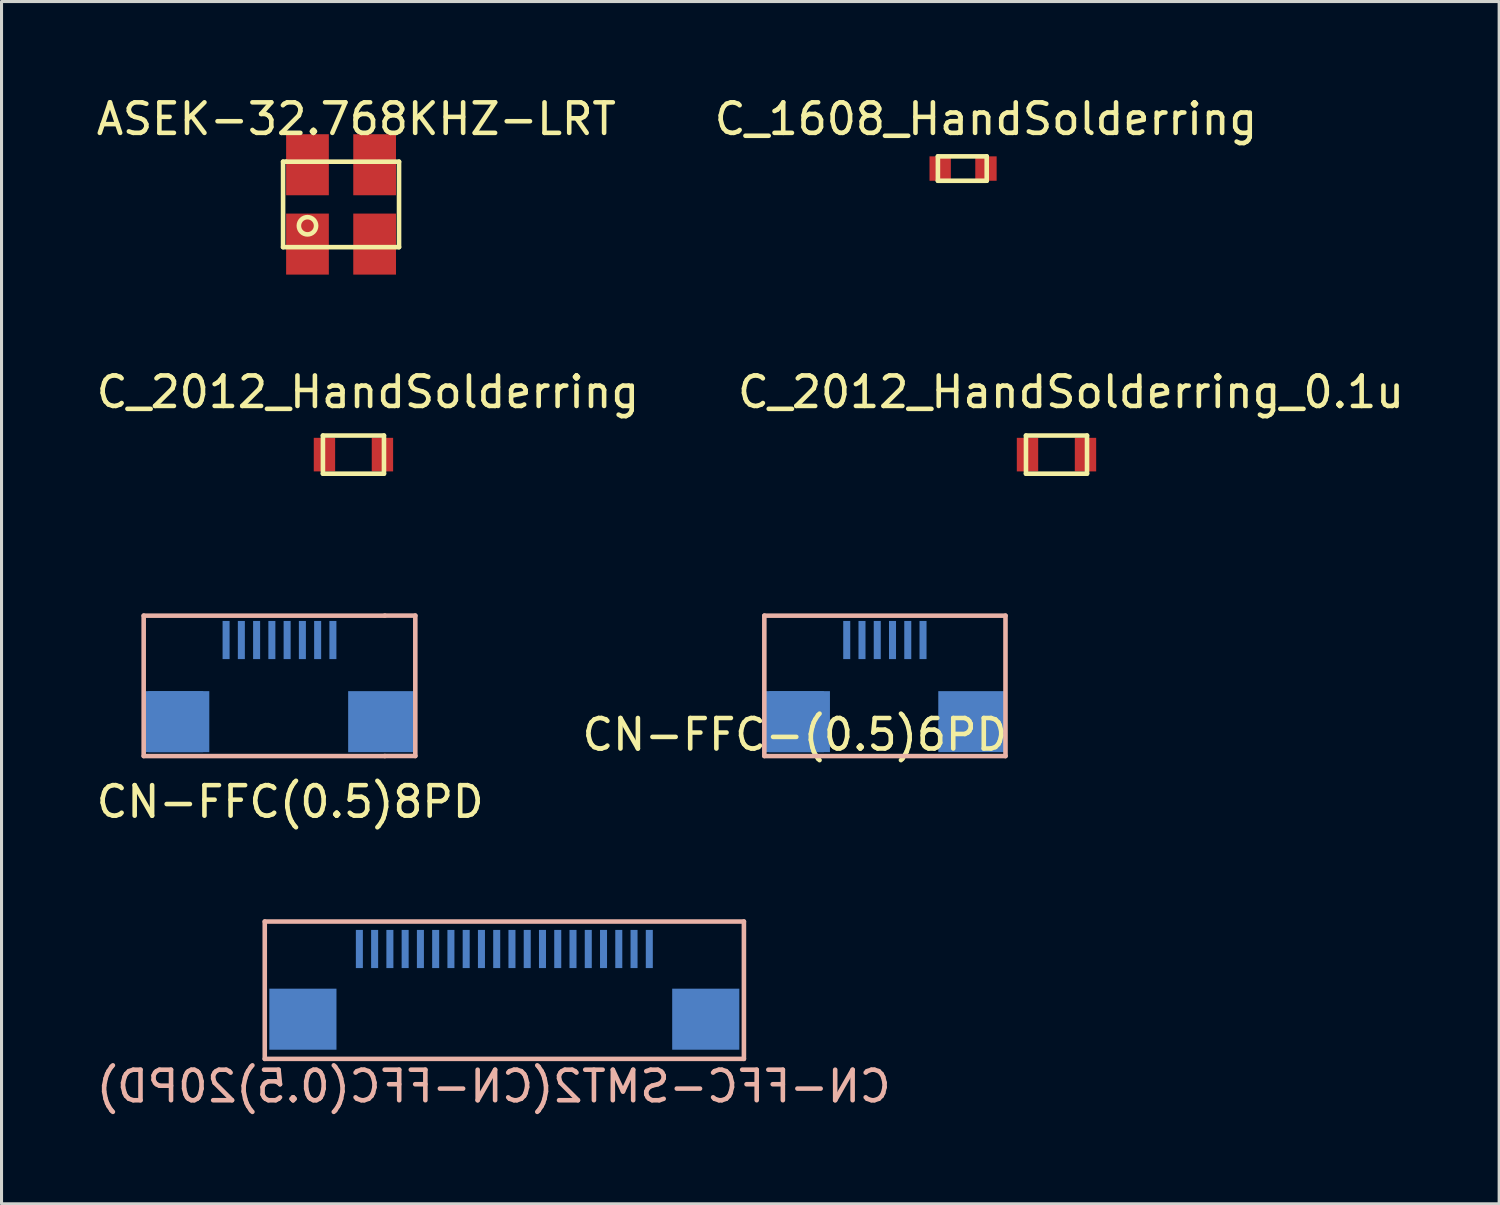
<source format=kicad_pcb>
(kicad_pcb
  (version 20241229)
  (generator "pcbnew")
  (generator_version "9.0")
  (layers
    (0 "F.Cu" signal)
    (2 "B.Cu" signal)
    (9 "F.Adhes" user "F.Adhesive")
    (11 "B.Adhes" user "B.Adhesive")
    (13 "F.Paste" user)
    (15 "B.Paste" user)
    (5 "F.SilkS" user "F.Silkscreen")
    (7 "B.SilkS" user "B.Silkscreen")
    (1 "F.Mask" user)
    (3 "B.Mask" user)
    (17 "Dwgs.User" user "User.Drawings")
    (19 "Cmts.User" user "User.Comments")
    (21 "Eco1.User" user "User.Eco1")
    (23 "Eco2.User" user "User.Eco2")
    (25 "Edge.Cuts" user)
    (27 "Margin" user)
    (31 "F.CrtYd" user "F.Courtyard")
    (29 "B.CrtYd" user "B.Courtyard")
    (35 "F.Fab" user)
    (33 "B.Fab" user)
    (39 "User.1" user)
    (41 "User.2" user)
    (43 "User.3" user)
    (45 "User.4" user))
  (footprint "ASEK-32.768KHZ-LRT"
    (layer "F.Cu")
    (at 7.025 4.448)
    (property "Reference" "ASEK-32.768KHZ-LRT" (at 1.6 -3.6 0) (layer "F.SilkS") (effects (font (size 1 1) (thickness 0.15))))
    (attr through_hole)
    (fp_line (start -0.8 -2.2) (end -0.7 -2.2) (stroke (width 0.15) (type solid)) (layer "F.SilkS"))
    (fp_line (start -0.8 0.6) (end -0.8 -2.2) (stroke (width 0.15) (type solid)) (layer "F.SilkS"))
    (fp_line (start -0.7 -2.2) (end 3 -2.2) (stroke (width 0.15) (type solid)) (layer "F.SilkS"))
    (fp_line (start 3 -2.2) (end 3 0.6) (stroke (width 0.15) (type solid)) (layer "F.SilkS"))
    (fp_line (start 3 0.6) (end -0.8 0.6) (stroke (width 0.15) (type solid)) (layer "F.SilkS"))
    (fp_circle (center 0 -0.1) (end 0.2 0.1) (stroke (width 0.15) (type solid)) (fill no) (layer "F.SilkS"))
    (pad "1" smd rect (at 0 0.5) (size 1.4 2) (layers "F.Cu" "F.Mask" "F.Paste"))
    (pad "2" smd rect (at 2.2 0.5) (size 1.4 2) (layers "F.Cu" "F.Mask" "F.Paste"))
    (pad "3" smd rect (at 2.2 -2.1) (size 1.4 2) (layers "F.Cu" "F.Mask" "F.Paste"))
    (pad "4" smd rect (at 0 -2.1) (size 1.4 2) (layers "F.Cu" "F.Mask" "F.Paste")))
  (footprint "CN-FFC-SMT2(CN-FFC(0.5)20PD)"
    (layer "F.Cu")
    (at 5.725 32.545)
    (property "Reference" "CN-FFC-SMT2(CN-FFC(0.5)20PD)" (at 7.4 0 0) (layer "B.SilkS") (effects (font (size 1 1) (thickness 0.15)) (justify mirror)))
    (attr through_hole)
    (fp_line (start -0.1 -5.4) (end 15.6 -5.4) (stroke (width 0.15) (type solid)) (layer "B.SilkS"))
    (fp_line (start -0.1 -0.9) (end -0.1 -5.4) (stroke (width 0.15) (type solid)) (layer "B.SilkS"))
    (fp_line (start 15.6 -5.4) (end 15.6 -0.9) (stroke (width 0.15) (type solid)) (layer "B.SilkS"))
    (fp_line (start 15.6 -0.9) (end -0.1 -0.9) (stroke (width 0.15) (type solid)) (layer "B.SilkS"))
    (pad "" smd rect (at 1.15 -2.2) (size 2.2 2) (layers "B.Cu" "B.Mask" "B.Paste"))
    (pad "" smd rect (at 14.35 -2.2) (size 2.2 2) (layers "B.Cu" "B.Mask" "B.Paste"))
    (pad "1" smd rect (at 3 -4.5) (size 0.23 1.25) (layers "B.Cu" "B.Mask" "B.Paste"))
    (pad "2" smd rect (at 3.5 -4.5) (size 0.23 1.25) (layers "B.Cu" "B.Mask" "B.Paste"))
    (pad "3" smd rect (at 4 -4.5) (size 0.23 1.25) (layers "B.Cu" "B.Mask" "B.Paste"))
    (pad "4" smd rect (at 4.5 -4.5) (size 0.23 1.25) (layers "B.Cu" "B.Mask" "B.Paste"))
    (pad "5" smd rect (at 5 -4.5) (size 0.23 1.25) (layers "B.Cu" "B.Mask" "B.Paste"))
    (pad "6" smd rect (at 5.5 -4.5) (size 0.23 1.25) (layers "B.Cu" "B.Mask" "B.Paste"))
    (pad "7" smd rect (at 6 -4.5) (size 0.23 1.25) (layers "B.Cu" "B.Mask" "B.Paste"))
    (pad "8" smd rect (at 6.5 -4.5) (size 0.23 1.25) (layers "B.Cu" "B.Mask" "B.Paste"))
    (pad "9" smd rect (at 7 -4.5) (size 0.23 1.25) (layers "B.Cu" "B.Mask" "B.Paste"))
    (pad "10" smd rect (at 7.5 -4.5) (size 0.23 1.25) (layers "B.Cu" "B.Mask" "B.Paste"))
    (pad "11" smd rect (at 8 -4.5) (size 0.23 1.25) (layers "B.Cu" "B.Mask" "B.Paste"))
    (pad "12" smd rect (at 8.5 -4.5) (size 0.23 1.25) (layers "B.Cu" "B.Mask" "B.Paste"))
    (pad "13" smd rect (at 9 -4.5) (size 0.23 1.25) (layers "B.Cu" "B.Mask" "B.Paste"))
    (pad "14" smd rect (at 9.5 -4.5) (size 0.23 1.25) (layers "B.Cu" "B.Mask" "B.Paste"))
    (pad "15" smd rect (at 10 -4.5) (size 0.23 1.25) (layers "B.Cu" "B.Mask" "B.Paste"))
    (pad "16" smd rect (at 10.5 -4.5) (size 0.23 1.25) (layers "B.Cu" "B.Mask" "B.Paste"))
    (pad "17" smd rect (at 11 -4.5) (size 0.23 1.25) (layers "B.Cu" "B.Mask" "B.Paste"))
    (pad "18" smd rect (at 11.5 -4.5) (size 0.23 1.25) (layers "B.Cu" "B.Mask" "B.Paste"))
    (pad "19" smd rect (at 12 -4.5) (size 0.23 1.25) (layers "B.Cu" "B.Mask" "B.Paste"))
    (pad "20" smd rect (at 12.5 -4.5) (size 0.23 1.25) (layers "B.Cu" "B.Mask" "B.Paste")))
  (footprint "CN-FFC(0.5)8PD"
    (layer "F.Cu")
    (at 6.158 19.521)
    (property "Reference" "CN-FFC(0.5)8PD" (at 0.3 3.7 0) (layer "F.SilkS") (effects (font (size 1 1) (thickness 0.15))))
    (attr through_hole)
    (fp_line (start -4.5 -2.4) (end -4.5 2.2) (stroke (width 0.15) (type solid)) (layer "B.SilkS"))
    (fp_line (start -4.498 -2.398) (end 3.402 -2.398) (stroke (width 0.15) (type solid)) (layer "B.SilkS"))
    (fp_line (start 3.4 -2.4) (end 4.4 -2.4) (stroke (width 0.15) (type solid)) (layer "B.SilkS"))
    (fp_line (start 3.4 2.2) (end 4.4 2.2) (stroke (width 0.15) (type solid)) (layer "B.SilkS"))
    (fp_line (start 3.402 2.202) (end -4.498 2.202) (stroke (width 0.15) (type solid)) (layer "B.SilkS"))
    (fp_line (start 4.4 -2.4) (end 4.4 2.2) (stroke (width 0.15) (type solid)) (layer "B.SilkS"))
    (pad "" smd rect (at -3.45 1.075) (size 1.8 2) (layers "B.Cu" "B.Mask" "B.Paste"))
    (pad "" smd rect (at -3.45 1.075) (size 2.2 2) (layers "B.Cu" "B.Mask" "B.Paste"))
    (pad "" smd rect (at 3.3 1.075) (size 2.2 2) (layers "B.Cu" "B.Mask" "B.Paste"))
    (pad "1" smd rect (at -1.8 -1.6) (size 0.23 1.25) (layers "B.Cu" "B.Mask" "B.Paste"))
    (pad "2" smd rect (at -1.3 -1.6) (size 0.23 1.25) (layers "B.Cu" "B.Mask" "B.Paste"))
    (pad "3" smd rect (at -0.8 -1.6) (size 0.23 1.25) (layers "B.Cu" "B.Mask" "B.Paste"))
    (pad "4" smd rect (at -0.3 -1.6) (size 0.23 1.25) (layers "B.Cu" "B.Mask" "B.Paste"))
    (pad "5" smd rect (at 0.2 -1.6) (size 0.23 1.25) (layers "B.Cu" "B.Mask" "B.Paste"))
    (pad "6" smd rect (at 0.7 -1.6) (size 0.23 1.25) (layers "B.Cu" "B.Mask" "B.Paste"))
    (pad "7" smd rect (at 1.2 -1.6) (size 0.23 1.25) (layers "B.Cu" "B.Mask" "B.Paste"))
    (pad "8" smd rect (at 1.7 -1.6) (size 0.23 1.25) (layers "B.Cu" "B.Mask" "B.Paste")))
  (footprint "C_1608_HandSolderring"
    (layer "F.Cu")
    (at 27.131 3.373)
    (property "Reference" "C_1608_HandSolderring" (at 2.125 -2.525 0) (layer "F.SilkS") (effects (font (size 1 1) (thickness 0.15))))
    (attr through_hole)
    (fp_line (start 0.55 -1.3) (end 0.55 -0.5) (stroke (width 0.15) (type solid)) (layer "F.SilkS"))
    (fp_line (start 0.55 -1.3) (end 2.15 -1.3) (stroke (width 0.15) (type solid)) (layer "F.SilkS"))
    (fp_line (start 0.55 -0.5) (end 2.15 -0.5) (stroke (width 0.15) (type solid)) (layer "F.SilkS"))
    (fp_line (start 2.15 -1.3) (end 2.15 -0.5) (stroke (width 0.15) (type solid)) (layer "F.SilkS"))
    (pad "1" smd rect (at 0.625 -0.9) (size 0.7 0.8) (layers "F.Cu" "F.Mask" "F.Paste"))
    (pad "2" smd rect (at 2.125 -0.9) (size 0.7 0.8) (layers "F.Cu" "F.Mask" "F.Paste")))
  (footprint "CN-FFC-(0.5)6PD"
    (layer "F.Cu")
    (at 22.994 20.521)
    (property "Reference" "CN-FFC-(0.5)6PD" (at 0 0.5 0) (layer "F.SilkS") (effects (font (size 1 1) (thickness 0.15))))
    (attr through_hole)
    (fp_line (start -1 -3.4) (end -1 1.2) (stroke (width 0.15) (type solid)) (layer "B.SilkS"))
    (fp_line (start -0.998 -3.398) (end 6.902 -3.398) (stroke (width 0.15) (type solid)) (layer "B.SilkS"))
    (fp_line (start 6.902 -3.398) (end 6.902 1.202) (stroke (width 0.15) (type solid)) (layer "B.SilkS"))
    (fp_line (start 6.902 1.202) (end -0.998 1.202) (stroke (width 0.15) (type solid)) (layer "B.SilkS"))
    (pad "" smd rect (at 0.05 0.075) (size 1.8 2) (layers "B.Cu" "B.Mask" "B.Paste"))
    (pad "" smd rect (at 0.05 0.075) (size 2.2 2) (layers "B.Cu" "B.Mask" "B.Paste"))
    (pad "" smd rect (at 5.8 0.075) (size 2.2 2) (layers "B.Cu" "B.Mask" "B.Paste"))
    (pad "1" smd rect (at 1.7 -2.6) (size 0.23 1.25) (layers "B.Cu" "B.Mask" "B.Paste"))
    (pad "2" smd rect (at 2.2 -2.6) (size 0.23 1.25) (layers "B.Cu" "B.Mask" "B.Paste"))
    (pad "3" smd rect (at 2.7 -2.6) (size 0.23 1.25) (layers "B.Cu" "B.Mask" "B.Paste"))
    (pad "4" smd rect (at 3.2 -2.6) (size 0.23 1.25) (layers "B.Cu" "B.Mask" "B.Paste"))
    (pad "5" smd rect (at 3.7 -2.6) (size 0.23 1.25) (layers "B.Cu" "B.Mask" "B.Paste"))
    (pad "6" smd rect (at 4.2 -2.6) (size 0.23 1.25) (layers "B.Cu" "B.Mask" "B.Paste")))
  (footprint "C_2012_HandSolderring"
    (layer "F.Cu")
    (at 6.181 13.796)
    (property "Reference" "C_2012_HandSolderring" (at 2.825 -4 0) (layer "F.SilkS") (effects (font (size 1 1) (thickness 0.15))))
    (attr through_hole)
    (fp_line (start 1.35 -2.575) (end 1.35 -1.325) (stroke (width 0.15) (type solid)) (layer "F.SilkS"))
    (fp_line (start 1.35 -2.575) (end 3.35 -2.575) (stroke (width 0.15) (type solid)) (layer "F.SilkS"))
    (fp_line (start 1.35 -1.325) (end 3.35 -1.325) (stroke (width 0.15) (type solid)) (layer "F.SilkS"))
    (fp_line (start 3.35 -2.575) (end 3.35 -1.325) (stroke (width 0.15) (type solid)) (layer "F.SilkS"))
    (pad "1" smd rect (at 1.4 -1.95) (size 0.7 1.1) (layers "F.Cu" "F.Mask" "F.Paste"))
    (pad "2" smd rect (at 3.3 -1.95) (size 0.7 1.1) (layers "F.Cu" "F.Mask" "F.Paste")))
  (footprint "C_2012_HandSolderring_0.1u"
    (layer "F.Cu")
    (at 29.217 13.796)
    (property "Reference" "C_2012_HandSolderring_0.1u" (at 2.825 -4 0) (layer "F.SilkS") (effects (font (size 1 1) (thickness 0.15))))
    (attr through_hole)
    (fp_line (start 1.35 -2.575) (end 1.35 -1.325) (stroke (width 0.15) (type solid)) (layer "F.SilkS"))
    (fp_line (start 1.35 -2.575) (end 3.35 -2.575) (stroke (width 0.15) (type solid)) (layer "F.SilkS"))
    (fp_line (start 1.35 -1.325) (end 3.35 -1.325) (stroke (width 0.15) (type solid)) (layer "F.SilkS"))
    (fp_line (start 3.35 -2.575) (end 3.35 -1.325) (stroke (width 0.15) (type solid)) (layer "F.SilkS"))
    (pad "1" smd rect (at 1.4 -1.95) (size 0.7 1.1) (layers "F.Cu" "F.Mask" "F.Paste"))
    (pad "2" smd rect (at 3.3 -1.95) (size 0.7 1.1) (layers "F.Cu" "F.Mask" "F.Paste")))
  (gr_rect
    (start -3 -3)
    (end 46.071 36.393)
    (stroke (width 0.1) (type default))
    (fill no)
    (layer "Edge.Cuts")))
</source>
